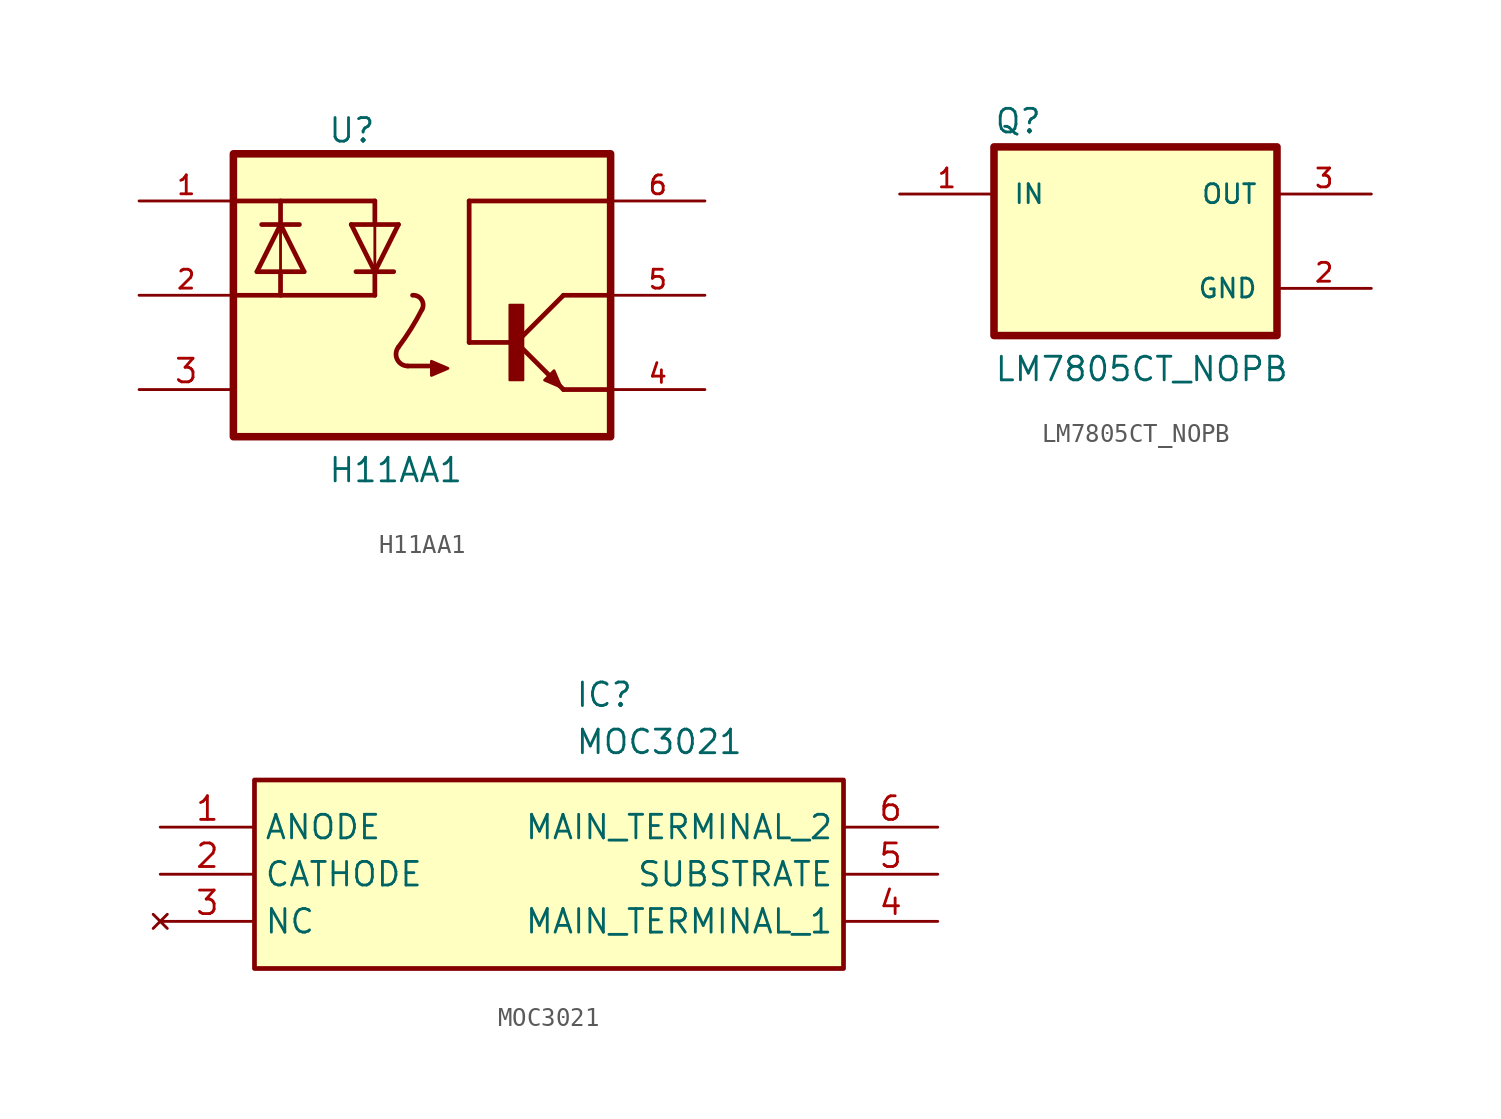
<source format=kicad_sym>
(kicad_symbol_lib
  (version 20241209)
  (generator "kicad_symbol_editor")
  (generator_version "9.0")
  (symbol "H11AA1"
    (pin_names
      (offset 1.016))
    (property "Reference" "U"
      (at -5.087 8.139 0)
      (effects (font (size 1.27 1.27)) (justify left bottom)))
    (property "Value" "H11AA1"
      (at -5.08 -10.161 0)
      (effects (font (size 1.27 1.27)) (justify left bottom)))
    (symbol "H11AA1_0_0"
      (arc (start 0 -0.762) (mid -0.5742 -1.7767) (end -1.27 -2.794) (stroke (width 0.254) (type default)) (fill (type none)))
      (polyline (pts (xy -10.16 5.08) (xy -2.54 5.08)) (stroke (width 0.254) (type default)) (fill (type none)))
      (rectangle (start -10.16 -7.62) (end 10.16 7.62) (stroke (width 0.406) (type default)) (fill (type background)))
      (polyline (pts (xy -8.89 1.27) (xy -7.62 3.81)) (stroke (width 0.254) (type default)) (fill (type none)))
      (polyline (pts (xy -8.89 1.27) (xy -7.62 1.27)) (stroke (width 0.254) (type default)) (fill (type none)))
      (polyline (pts (xy -8.636 3.81) (xy -7.62 3.81)) (stroke (width 0.254) (type default)) (fill (type none)))
      (polyline (pts (xy -7.62 3.81) (xy -7.62 5.08)) (stroke (width 0.254) (type default)) (fill (type none)))
      (polyline (pts (xy -7.62 3.81) (xy -6.604 3.81)) (stroke (width 0.254) (type default)) (fill (type none)))
      (polyline (pts (xy -7.62 3.81) (xy -6.35 1.27)) (stroke (width 0.254) (type default)) (fill (type none)))
      (polyline (pts (xy -7.62 1.27) (xy -7.62 3.81)) (stroke (width 0.152) (type default)) (fill (type none)))
      (polyline (pts (xy -7.62 1.27) (xy -7.62 0)) (stroke (width 0.254) (type default)) (fill (type none)))
      (polyline (pts (xy -7.62 1.27) (xy -6.35 1.27)) (stroke (width 0.254) (type default)) (fill (type none)))
      (polyline (pts (xy -2.54 3.81) (xy -3.81 3.81)) (stroke (width 0.254) (type default)) (fill (type none)))
      (polyline (pts (xy -2.54 3.81) (xy -2.54 5.08)) (stroke (width 0.254) (type default)) (fill (type none)))
      (polyline (pts (xy -2.54 3.81) (xy -2.54 1.27)) (stroke (width 0.152) (type default)) (fill (type none)))
      (polyline (pts (xy -2.54 1.27) (xy -3.81 3.81)) (stroke (width 0.254) (type default)) (fill (type none)))
      (polyline (pts (xy -2.54 1.27) (xy -3.556 1.27)) (stroke (width 0.254) (type default)) (fill (type none)))
      (polyline (pts (xy -2.54 1.27) (xy -2.54 0)) (stroke (width 0.254) (type default)) (fill (type none)))
      (polyline (pts (xy -2.54 0) (xy -10.16 0)) (stroke (width 0.254) (type default)) (fill (type none)))
      (polyline (pts (xy -1.524 1.27) (xy -2.54 1.27)) (stroke (width 0.254) (type default)) (fill (type none)))
      (polyline (pts (xy -1.27 3.81) (xy -2.54 3.81)) (stroke (width 0.254) (type default)) (fill (type none)))
      (polyline (pts (xy -1.27 3.81) (xy -2.54 1.27)) (stroke (width 0.254) (type default)) (fill (type none)))
      (arc (start -0.762 -3.81) (mid -1.33 -3.459) (end -1.27 -2.794) (stroke (width 0.254) (type default)) (fill (type none)))
      (arc (start -0.508 0) (mid -0.0312 -0.2306) (end 0 -0.762) (stroke (width 0.254) (type default)) (fill (type none)))
      (polyline (pts (xy 0.508 -3.81) (xy -0.762 -3.81)) (stroke (width 0.254) (type default)) (fill (type none)))
      (polyline (pts (xy 1.397 -3.937) (xy 0.508 -3.556) (xy 0.508 -4.318) (xy 1.397 -3.937)) (stroke (width 0.152) (type default)) (fill (type outline)))
      (polyline (pts (xy 2.54 5.08) (xy 2.54 -2.54)) (stroke (width 0.254) (type default)) (fill (type none)))
      (polyline (pts (xy 2.54 -2.54) (xy 5.08 -2.54)) (stroke (width 0.254) (type default)) (fill (type none)))
      (rectangle (start 4.708 -4.581) (end 5.461 -0.508) (stroke (width 0.1) (type default)) (fill (type outline)))
      (polyline (pts (xy 5.08 -2.54) (xy 7.62 -5.08)) (stroke (width 0.254) (type default)) (fill (type none)))
      (polyline (pts (xy 7.493 -4.953) (xy 7.112 -4.064) (xy 6.604 -4.572) (xy 7.493 -4.953)) (stroke (width 0.152) (type default)) (fill (type outline)))
      (polyline (pts (xy 7.62 0) (xy 5.08 -2.54)) (stroke (width 0.254) (type default)) (fill (type none)))
      (polyline (pts (xy 10.16 5.08) (xy 2.54 5.08)) (stroke (width 0.254) (type default)) (fill (type none)))
      (polyline (pts (xy 10.16 0) (xy 7.62 0)) (stroke (width 0.254) (type default)) (fill (type none)))
      (polyline (pts (xy 10.16 -5.08) (xy 7.62 -5.08)) (stroke (width 0.254) (type default)) (fill (type none)))
      (pin passive line (at -15.24 5.08 0) (length 5.08) (name "~" (effects (font (size 1.016 1.016)))) (number "1" (effects (font (size 1.016 1.016)))))
      (pin passive line (at -15.24 0 0) (length 5.08) (name "~" (effects (font (size 1.016 1.016)))) (number "2" (effects (font (size 1.016 1.016)))))
      (pin passive line (at 15.24 5.08 180) (length 5.08) (name "~" (effects (font (size 1.016 1.016)))) (number "6" (effects (font (size 1.016 1.016)))))
      (pin passive line (at 15.24 0 180) (length 5.08) (name "~" (effects (font (size 1.016 1.016)))) (number "5" (effects (font (size 1.016 1.016)))))
      (pin passive line (at 15.24 -5.08 180) (length 5.08) (name "~" (effects (font (size 1.016 1.016)))) (number "4" (effects (font (size 1.016 1.016))))))
    (symbol "H11AA1_1_1"
      (pin passive line (at -15.24 -5.08 0) (length 5.08) (name "~" (effects (font (size 1.27 1.27)))) (number "3" (effects (font (size 1.27 1.27)))))))
  (symbol "LM7805CT_NOPB"
    (pin_names
      (offset 1.016))
    (property "Reference" "Q"
      (at -7.627 5.721 0)
      (effects (font (size 1.27 1.27)) (justify left bottom)))
    (property "Value" "LM7805CT_NOPB"
      (at -7.628 -7.628 0)
      (effects (font (size 1.27 1.27)) (justify left bottom)))
    (symbol "LM7805CT_NOPB_0_0"
      (rectangle (start -7.62 -5.08) (end 7.62 5.08) (stroke (width 0.406) (type default)) (fill (type background)))
      (pin input line (at -12.7 2.54 0) (length 5.08) (name "IN" (effects (font (size 1.016 1.016)))) (number "1" (effects (font (size 1.016 1.016)))))
      (pin output line (at 12.7 2.54 180) (length 5.08) (name "OUT" (effects (font (size 1.016 1.016)))) (number "3" (effects (font (size 1.016 1.016)))))
      (pin power_in line (at 12.7 -2.54 180) (length 5.08) (name "GND" (effects (font (size 1.016 1.016)))) (number "2" (effects (font (size 1.016 1.016)))))))
  (symbol "MOC3021"
    (property "Reference" "IC"
      (at 22.352 7.874 0)
      (effects (font (size 1.27 1.27)) (justify left top)))
    (property "Value" "MOC3021"
      (at 22.352 5.334 0)
      (effects (font (size 1.27 1.27)) (justify left top)))
    (symbol "MOC3021_1_1"
      (rectangle (start 5.08 2.54) (end 36.83 -7.62) (stroke (width 0.254) (type default)) (fill (type background)))
      (pin passive line (at 0 0 0) (length 5.08) (name "ANODE" (effects (font (size 1.27 1.27)))) (number "1" (effects (font (size 1.27 1.27)))))
      (pin passive line (at 0 -2.54 0) (length 5.08) (name "CATHODE" (effects (font (size 1.27 1.27)))) (number "2" (effects (font (size 1.27 1.27)))))
      (pin no_connect line (at 0 -5.08 0) (length 5.08) (name "NC" (effects (font (size 1.27 1.27)))) (number "3" (effects (font (size 1.27 1.27)))))
      (pin passive line (at 41.91 0 180) (length 5.08) (name "MAIN_TERMINAL_2" (effects (font (size 1.27 1.27)))) (number "6" (effects (font (size 1.27 1.27)))))
      (pin passive line (at 41.91 -2.54 180) (length 5.08) (name "SUBSTRATE" (effects (font (size 1.27 1.27)))) (number "5" (effects (font (size 1.27 1.27)))))
      (pin passive line (at 41.91 -5.08 180) (length 5.08) (name "MAIN_TERMINAL_1" (effects (font (size 1.27 1.27)))) (number "4" (effects (font (size 1.27 1.27))))))))
</source>
